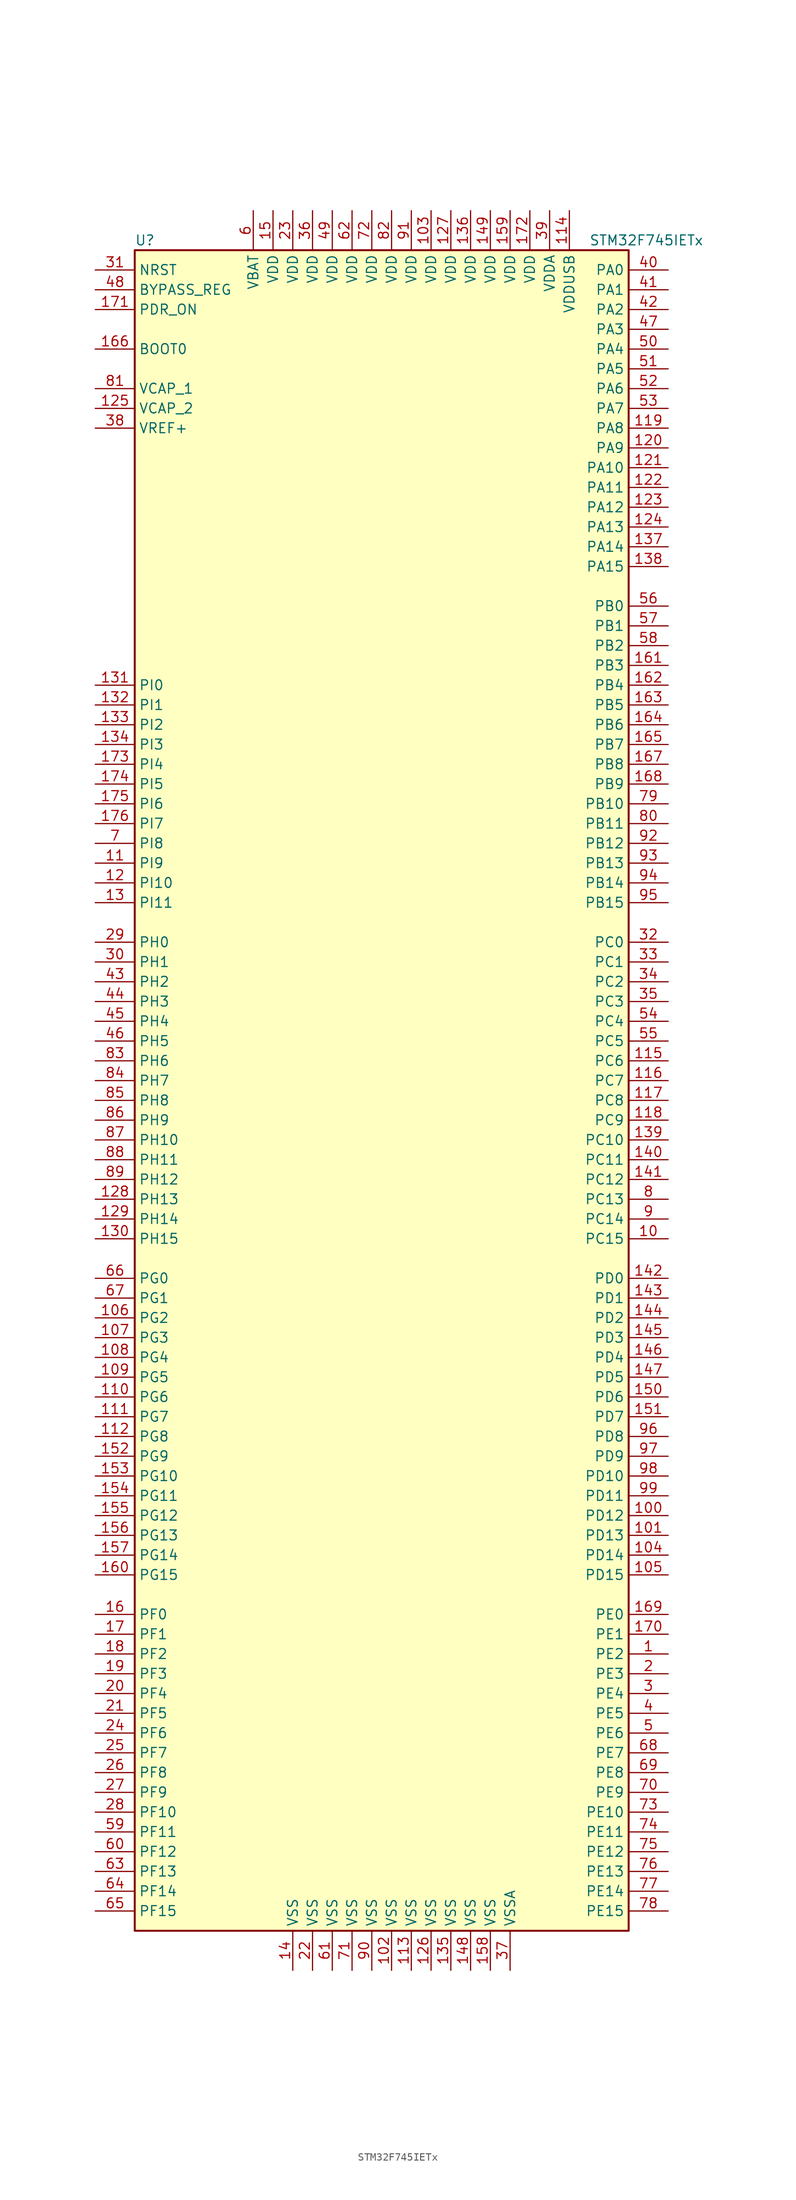
<source format=kicad_sym>
(kicad_symbol_lib
  (version 20201005)
  (generator kicad_symbol_editor)
  (symbol "STM32F745IETx"
    (property "Reference" "U"
      (at -33.02 107.95 0)
      (effects (font (size 1.27 1.27)) (justify left)))
    (property "Value" "STM32F745IETx"
      (at 25.4 107.95 0)
      (effects (font (size 1.27 1.27)) (justify left)))
    (symbol "STM32F745IETx_0_1"
      (rectangle (start -33.02 -109.22) (end 30.48 106.68) (stroke (width 0.254)) (fill (type background))))
    (symbol "STM32F745IETx_1_1"
      (pin input line (at -38.1 93.98 0) (length 5.08) (name "BOOT0" (effects (font (size 1.27 1.27)))) (number "166" (effects (font (size 1.27 1.27)))))
      (pin input line (at -38.1 101.6 0) (length 5.08) (name "BYPASS_REG" (effects (font (size 1.27 1.27)))) (number "48" (effects (font (size 1.27 1.27)))))
      (pin input line (at -38.1 104.14 0) (length 5.08) (name "NRST" (effects (font (size 1.27 1.27)))) (number "31" (effects (font (size 1.27 1.27)))))
      (pin bidirectional line (at 35.56 104.14 180) (length 5.08) (name "PA0" (effects (font (size 1.27 1.27)))) (number "40" (effects (font (size 1.27 1.27)))))
      (pin bidirectional line (at 35.56 101.6 180) (length 5.08) (name "PA1" (effects (font (size 1.27 1.27)))) (number "41" (effects (font (size 1.27 1.27)))))
      (pin bidirectional line (at 35.56 78.74 180) (length 5.08) (name "PA10" (effects (font (size 1.27 1.27)))) (number "121" (effects (font (size 1.27 1.27)))))
      (pin bidirectional line (at 35.56 76.2 180) (length 5.08) (name "PA11" (effects (font (size 1.27 1.27)))) (number "122" (effects (font (size 1.27 1.27)))))
      (pin bidirectional line (at 35.56 73.66 180) (length 5.08) (name "PA12" (effects (font (size 1.27 1.27)))) (number "123" (effects (font (size 1.27 1.27)))))
      (pin bidirectional line (at 35.56 71.12 180) (length 5.08) (name "PA13" (effects (font (size 1.27 1.27)))) (number "124" (effects (font (size 1.27 1.27)))))
      (pin bidirectional line (at 35.56 68.58 180) (length 5.08) (name "PA14" (effects (font (size 1.27 1.27)))) (number "137" (effects (font (size 1.27 1.27)))))
      (pin bidirectional line (at 35.56 66.04 180) (length 5.08) (name "PA15" (effects (font (size 1.27 1.27)))) (number "138" (effects (font (size 1.27 1.27)))))
      (pin bidirectional line (at 35.56 99.06 180) (length 5.08) (name "PA2" (effects (font (size 1.27 1.27)))) (number "42" (effects (font (size 1.27 1.27)))))
      (pin bidirectional line (at 35.56 96.52 180) (length 5.08) (name "PA3" (effects (font (size 1.27 1.27)))) (number "47" (effects (font (size 1.27 1.27)))))
      (pin bidirectional line (at 35.56 93.98 180) (length 5.08) (name "PA4" (effects (font (size 1.27 1.27)))) (number "50" (effects (font (size 1.27 1.27)))))
      (pin bidirectional line (at 35.56 91.44 180) (length 5.08) (name "PA5" (effects (font (size 1.27 1.27)))) (number "51" (effects (font (size 1.27 1.27)))))
      (pin bidirectional line (at 35.56 88.9 180) (length 5.08) (name "PA6" (effects (font (size 1.27 1.27)))) (number "52" (effects (font (size 1.27 1.27)))))
      (pin bidirectional line (at 35.56 86.36 180) (length 5.08) (name "PA7" (effects (font (size 1.27 1.27)))) (number "53" (effects (font (size 1.27 1.27)))))
      (pin bidirectional line (at 35.56 83.82 180) (length 5.08) (name "PA8" (effects (font (size 1.27 1.27)))) (number "119" (effects (font (size 1.27 1.27)))))
      (pin bidirectional line (at 35.56 81.28 180) (length 5.08) (name "PA9" (effects (font (size 1.27 1.27)))) (number "120" (effects (font (size 1.27 1.27)))))
      (pin bidirectional line (at 35.56 60.96 180) (length 5.08) (name "PB0" (effects (font (size 1.27 1.27)))) (number "56" (effects (font (size 1.27 1.27)))))
      (pin bidirectional line (at 35.56 58.42 180) (length 5.08) (name "PB1" (effects (font (size 1.27 1.27)))) (number "57" (effects (font (size 1.27 1.27)))))
      (pin bidirectional line (at 35.56 35.56 180) (length 5.08) (name "PB10" (effects (font (size 1.27 1.27)))) (number "79" (effects (font (size 1.27 1.27)))))
      (pin bidirectional line (at 35.56 33.02 180) (length 5.08) (name "PB11" (effects (font (size 1.27 1.27)))) (number "80" (effects (font (size 1.27 1.27)))))
      (pin bidirectional line (at 35.56 30.48 180) (length 5.08) (name "PB12" (effects (font (size 1.27 1.27)))) (number "92" (effects (font (size 1.27 1.27)))))
      (pin bidirectional line (at 35.56 27.94 180) (length 5.08) (name "PB13" (effects (font (size 1.27 1.27)))) (number "93" (effects (font (size 1.27 1.27)))))
      (pin bidirectional line (at 35.56 25.4 180) (length 5.08) (name "PB14" (effects (font (size 1.27 1.27)))) (number "94" (effects (font (size 1.27 1.27)))))
      (pin bidirectional line (at 35.56 22.86 180) (length 5.08) (name "PB15" (effects (font (size 1.27 1.27)))) (number "95" (effects (font (size 1.27 1.27)))))
      (pin bidirectional line (at 35.56 55.88 180) (length 5.08) (name "PB2" (effects (font (size 1.27 1.27)))) (number "58" (effects (font (size 1.27 1.27)))))
      (pin bidirectional line (at 35.56 53.34 180) (length 5.08) (name "PB3" (effects (font (size 1.27 1.27)))) (number "161" (effects (font (size 1.27 1.27)))))
      (pin bidirectional line (at 35.56 50.8 180) (length 5.08) (name "PB4" (effects (font (size 1.27 1.27)))) (number "162" (effects (font (size 1.27 1.27)))))
      (pin bidirectional line (at 35.56 48.26 180) (length 5.08) (name "PB5" (effects (font (size 1.27 1.27)))) (number "163" (effects (font (size 1.27 1.27)))))
      (pin bidirectional line (at 35.56 45.72 180) (length 5.08) (name "PB6" (effects (font (size 1.27 1.27)))) (number "164" (effects (font (size 1.27 1.27)))))
      (pin bidirectional line (at 35.56 43.18 180) (length 5.08) (name "PB7" (effects (font (size 1.27 1.27)))) (number "165" (effects (font (size 1.27 1.27)))))
      (pin bidirectional line (at 35.56 40.64 180) (length 5.08) (name "PB8" (effects (font (size 1.27 1.27)))) (number "167" (effects (font (size 1.27 1.27)))))
      (pin bidirectional line (at 35.56 38.1 180) (length 5.08) (name "PB9" (effects (font (size 1.27 1.27)))) (number "168" (effects (font (size 1.27 1.27)))))
      (pin bidirectional line (at 35.56 17.78 180) (length 5.08) (name "PC0" (effects (font (size 1.27 1.27)))) (number "32" (effects (font (size 1.27 1.27)))))
      (pin bidirectional line (at 35.56 15.24 180) (length 5.08) (name "PC1" (effects (font (size 1.27 1.27)))) (number "33" (effects (font (size 1.27 1.27)))))
      (pin bidirectional line (at 35.56 -7.62 180) (length 5.08) (name "PC10" (effects (font (size 1.27 1.27)))) (number "139" (effects (font (size 1.27 1.27)))))
      (pin bidirectional line (at 35.56 -10.16 180) (length 5.08) (name "PC11" (effects (font (size 1.27 1.27)))) (number "140" (effects (font (size 1.27 1.27)))))
      (pin bidirectional line (at 35.56 -12.7 180) (length 5.08) (name "PC12" (effects (font (size 1.27 1.27)))) (number "141" (effects (font (size 1.27 1.27)))))
      (pin bidirectional line (at 35.56 -15.24 180) (length 5.08) (name "PC13" (effects (font (size 1.27 1.27)))) (number "8" (effects (font (size 1.27 1.27)))))
      (pin bidirectional line (at 35.56 -17.78 180) (length 5.08) (name "PC14" (effects (font (size 1.27 1.27)))) (number "9" (effects (font (size 1.27 1.27)))))
      (pin bidirectional line (at 35.56 -20.32 180) (length 5.08) (name "PC15" (effects (font (size 1.27 1.27)))) (number "10" (effects (font (size 1.27 1.27)))))
      (pin bidirectional line (at 35.56 12.7 180) (length 5.08) (name "PC2" (effects (font (size 1.27 1.27)))) (number "34" (effects (font (size 1.27 1.27)))))
      (pin bidirectional line (at 35.56 10.16 180) (length 5.08) (name "PC3" (effects (font (size 1.27 1.27)))) (number "35" (effects (font (size 1.27 1.27)))))
      (pin bidirectional line (at 35.56 7.62 180) (length 5.08) (name "PC4" (effects (font (size 1.27 1.27)))) (number "54" (effects (font (size 1.27 1.27)))))
      (pin bidirectional line (at 35.56 5.08 180) (length 5.08) (name "PC5" (effects (font (size 1.27 1.27)))) (number "55" (effects (font (size 1.27 1.27)))))
      (pin bidirectional line (at 35.56 2.54 180) (length 5.08) (name "PC6" (effects (font (size 1.27 1.27)))) (number "115" (effects (font (size 1.27 1.27)))))
      (pin bidirectional line (at 35.56 0 180) (length 5.08) (name "PC7" (effects (font (size 1.27 1.27)))) (number "116" (effects (font (size 1.27 1.27)))))
      (pin bidirectional line (at 35.56 -2.54 180) (length 5.08) (name "PC8" (effects (font (size 1.27 1.27)))) (number "117" (effects (font (size 1.27 1.27)))))
      (pin bidirectional line (at 35.56 -5.08 180) (length 5.08) (name "PC9" (effects (font (size 1.27 1.27)))) (number "118" (effects (font (size 1.27 1.27)))))
      (pin bidirectional line (at 35.56 -25.4 180) (length 5.08) (name "PD0" (effects (font (size 1.27 1.27)))) (number "142" (effects (font (size 1.27 1.27)))))
      (pin bidirectional line (at 35.56 -27.94 180) (length 5.08) (name "PD1" (effects (font (size 1.27 1.27)))) (number "143" (effects (font (size 1.27 1.27)))))
      (pin bidirectional line (at 35.56 -50.8 180) (length 5.08) (name "PD10" (effects (font (size 1.27 1.27)))) (number "98" (effects (font (size 1.27 1.27)))))
      (pin bidirectional line (at 35.56 -53.34 180) (length 5.08) (name "PD11" (effects (font (size 1.27 1.27)))) (number "99" (effects (font (size 1.27 1.27)))))
      (pin bidirectional line (at 35.56 -55.88 180) (length 5.08) (name "PD12" (effects (font (size 1.27 1.27)))) (number "100" (effects (font (size 1.27 1.27)))))
      (pin bidirectional line (at 35.56 -58.42 180) (length 5.08) (name "PD13" (effects (font (size 1.27 1.27)))) (number "101" (effects (font (size 1.27 1.27)))))
      (pin bidirectional line (at 35.56 -60.96 180) (length 5.08) (name "PD14" (effects (font (size 1.27 1.27)))) (number "104" (effects (font (size 1.27 1.27)))))
      (pin bidirectional line (at 35.56 -63.5 180) (length 5.08) (name "PD15" (effects (font (size 1.27 1.27)))) (number "105" (effects (font (size 1.27 1.27)))))
      (pin bidirectional line (at 35.56 -30.48 180) (length 5.08) (name "PD2" (effects (font (size 1.27 1.27)))) (number "144" (effects (font (size 1.27 1.27)))))
      (pin bidirectional line (at 35.56 -33.02 180) (length 5.08) (name "PD3" (effects (font (size 1.27 1.27)))) (number "145" (effects (font (size 1.27 1.27)))))
      (pin bidirectional line (at 35.56 -35.56 180) (length 5.08) (name "PD4" (effects (font (size 1.27 1.27)))) (number "146" (effects (font (size 1.27 1.27)))))
      (pin bidirectional line (at 35.56 -38.1 180) (length 5.08) (name "PD5" (effects (font (size 1.27 1.27)))) (number "147" (effects (font (size 1.27 1.27)))))
      (pin bidirectional line (at 35.56 -40.64 180) (length 5.08) (name "PD6" (effects (font (size 1.27 1.27)))) (number "150" (effects (font (size 1.27 1.27)))))
      (pin bidirectional line (at 35.56 -43.18 180) (length 5.08) (name "PD7" (effects (font (size 1.27 1.27)))) (number "151" (effects (font (size 1.27 1.27)))))
      (pin bidirectional line (at 35.56 -45.72 180) (length 5.08) (name "PD8" (effects (font (size 1.27 1.27)))) (number "96" (effects (font (size 1.27 1.27)))))
      (pin bidirectional line (at 35.56 -48.26 180) (length 5.08) (name "PD9" (effects (font (size 1.27 1.27)))) (number "97" (effects (font (size 1.27 1.27)))))
      (pin input line (at -38.1 99.06 0) (length 5.08) (name "PDR_ON" (effects (font (size 1.27 1.27)))) (number "171" (effects (font (size 1.27 1.27)))))
      (pin bidirectional line (at 35.56 -68.58 180) (length 5.08) (name "PE0" (effects (font (size 1.27 1.27)))) (number "169" (effects (font (size 1.27 1.27)))))
      (pin bidirectional line (at 35.56 -71.12 180) (length 5.08) (name "PE1" (effects (font (size 1.27 1.27)))) (number "170" (effects (font (size 1.27 1.27)))))
      (pin bidirectional line (at 35.56 -93.98 180) (length 5.08) (name "PE10" (effects (font (size 1.27 1.27)))) (number "73" (effects (font (size 1.27 1.27)))))
      (pin bidirectional line (at 35.56 -96.52 180) (length 5.08) (name "PE11" (effects (font (size 1.27 1.27)))) (number "74" (effects (font (size 1.27 1.27)))))
      (pin bidirectional line (at 35.56 -99.06 180) (length 5.08) (name "PE12" (effects (font (size 1.27 1.27)))) (number "75" (effects (font (size 1.27 1.27)))))
      (pin bidirectional line (at 35.56 -101.6 180) (length 5.08) (name "PE13" (effects (font (size 1.27 1.27)))) (number "76" (effects (font (size 1.27 1.27)))))
      (pin bidirectional line (at 35.56 -104.14 180) (length 5.08) (name "PE14" (effects (font (size 1.27 1.27)))) (number "77" (effects (font (size 1.27 1.27)))))
      (pin bidirectional line (at 35.56 -106.68 180) (length 5.08) (name "PE15" (effects (font (size 1.27 1.27)))) (number "78" (effects (font (size 1.27 1.27)))))
      (pin bidirectional line (at 35.56 -73.66 180) (length 5.08) (name "PE2" (effects (font (size 1.27 1.27)))) (number "1" (effects (font (size 1.27 1.27)))))
      (pin bidirectional line (at 35.56 -76.2 180) (length 5.08) (name "PE3" (effects (font (size 1.27 1.27)))) (number "2" (effects (font (size 1.27 1.27)))))
      (pin bidirectional line (at 35.56 -78.74 180) (length 5.08) (name "PE4" (effects (font (size 1.27 1.27)))) (number "3" (effects (font (size 1.27 1.27)))))
      (pin bidirectional line (at 35.56 -81.28 180) (length 5.08) (name "PE5" (effects (font (size 1.27 1.27)))) (number "4" (effects (font (size 1.27 1.27)))))
      (pin bidirectional line (at 35.56 -83.82 180) (length 5.08) (name "PE6" (effects (font (size 1.27 1.27)))) (number "5" (effects (font (size 1.27 1.27)))))
      (pin bidirectional line (at 35.56 -86.36 180) (length 5.08) (name "PE7" (effects (font (size 1.27 1.27)))) (number "68" (effects (font (size 1.27 1.27)))))
      (pin bidirectional line (at 35.56 -88.9 180) (length 5.08) (name "PE8" (effects (font (size 1.27 1.27)))) (number "69" (effects (font (size 1.27 1.27)))))
      (pin bidirectional line (at 35.56 -91.44 180) (length 5.08) (name "PE9" (effects (font (size 1.27 1.27)))) (number "70" (effects (font (size 1.27 1.27)))))
      (pin bidirectional line (at -38.1 -68.58 0) (length 5.08) (name "PF0" (effects (font (size 1.27 1.27)))) (number "16" (effects (font (size 1.27 1.27)))))
      (pin bidirectional line (at -38.1 -71.12 0) (length 5.08) (name "PF1" (effects (font (size 1.27 1.27)))) (number "17" (effects (font (size 1.27 1.27)))))
      (pin bidirectional line (at -38.1 -93.98 0) (length 5.08) (name "PF10" (effects (font (size 1.27 1.27)))) (number "28" (effects (font (size 1.27 1.27)))))
      (pin bidirectional line (at -38.1 -96.52 0) (length 5.08) (name "PF11" (effects (font (size 1.27 1.27)))) (number "59" (effects (font (size 1.27 1.27)))))
      (pin bidirectional line (at -38.1 -99.06 0) (length 5.08) (name "PF12" (effects (font (size 1.27 1.27)))) (number "60" (effects (font (size 1.27 1.27)))))
      (pin bidirectional line (at -38.1 -101.6 0) (length 5.08) (name "PF13" (effects (font (size 1.27 1.27)))) (number "63" (effects (font (size 1.27 1.27)))))
      (pin bidirectional line (at -38.1 -104.14 0) (length 5.08) (name "PF14" (effects (font (size 1.27 1.27)))) (number "64" (effects (font (size 1.27 1.27)))))
      (pin bidirectional line (at -38.1 -106.68 0) (length 5.08) (name "PF15" (effects (font (size 1.27 1.27)))) (number "65" (effects (font (size 1.27 1.27)))))
      (pin bidirectional line (at -38.1 -73.66 0) (length 5.08) (name "PF2" (effects (font (size 1.27 1.27)))) (number "18" (effects (font (size 1.27 1.27)))))
      (pin bidirectional line (at -38.1 -76.2 0) (length 5.08) (name "PF3" (effects (font (size 1.27 1.27)))) (number "19" (effects (font (size 1.27 1.27)))))
      (pin bidirectional line (at -38.1 -78.74 0) (length 5.08) (name "PF4" (effects (font (size 1.27 1.27)))) (number "20" (effects (font (size 1.27 1.27)))))
      (pin bidirectional line (at -38.1 -81.28 0) (length 5.08) (name "PF5" (effects (font (size 1.27 1.27)))) (number "21" (effects (font (size 1.27 1.27)))))
      (pin bidirectional line (at -38.1 -83.82 0) (length 5.08) (name "PF6" (effects (font (size 1.27 1.27)))) (number "24" (effects (font (size 1.27 1.27)))))
      (pin bidirectional line (at -38.1 -86.36 0) (length 5.08) (name "PF7" (effects (font (size 1.27 1.27)))) (number "25" (effects (font (size 1.27 1.27)))))
      (pin bidirectional line (at -38.1 -88.9 0) (length 5.08) (name "PF8" (effects (font (size 1.27 1.27)))) (number "26" (effects (font (size 1.27 1.27)))))
      (pin bidirectional line (at -38.1 -91.44 0) (length 5.08) (name "PF9" (effects (font (size 1.27 1.27)))) (number "27" (effects (font (size 1.27 1.27)))))
      (pin bidirectional line (at -38.1 -25.4 0) (length 5.08) (name "PG0" (effects (font (size 1.27 1.27)))) (number "66" (effects (font (size 1.27 1.27)))))
      (pin bidirectional line (at -38.1 -27.94 0) (length 5.08) (name "PG1" (effects (font (size 1.27 1.27)))) (number "67" (effects (font (size 1.27 1.27)))))
      (pin bidirectional line (at -38.1 -50.8 0) (length 5.08) (name "PG10" (effects (font (size 1.27 1.27)))) (number "153" (effects (font (size 1.27 1.27)))))
      (pin bidirectional line (at -38.1 -53.34 0) (length 5.08) (name "PG11" (effects (font (size 1.27 1.27)))) (number "154" (effects (font (size 1.27 1.27)))))
      (pin bidirectional line (at -38.1 -55.88 0) (length 5.08) (name "PG12" (effects (font (size 1.27 1.27)))) (number "155" (effects (font (size 1.27 1.27)))))
      (pin bidirectional line (at -38.1 -58.42 0) (length 5.08) (name "PG13" (effects (font (size 1.27 1.27)))) (number "156" (effects (font (size 1.27 1.27)))))
      (pin bidirectional line (at -38.1 -60.96 0) (length 5.08) (name "PG14" (effects (font (size 1.27 1.27)))) (number "157" (effects (font (size 1.27 1.27)))))
      (pin bidirectional line (at -38.1 -63.5 0) (length 5.08) (name "PG15" (effects (font (size 1.27 1.27)))) (number "160" (effects (font (size 1.27 1.27)))))
      (pin bidirectional line (at -38.1 -30.48 0) (length 5.08) (name "PG2" (effects (font (size 1.27 1.27)))) (number "106" (effects (font (size 1.27 1.27)))))
      (pin bidirectional line (at -38.1 -33.02 0) (length 5.08) (name "PG3" (effects (font (size 1.27 1.27)))) (number "107" (effects (font (size 1.27 1.27)))))
      (pin bidirectional line (at -38.1 -35.56 0) (length 5.08) (name "PG4" (effects (font (size 1.27 1.27)))) (number "108" (effects (font (size 1.27 1.27)))))
      (pin bidirectional line (at -38.1 -38.1 0) (length 5.08) (name "PG5" (effects (font (size 1.27 1.27)))) (number "109" (effects (font (size 1.27 1.27)))))
      (pin bidirectional line (at -38.1 -40.64 0) (length 5.08) (name "PG6" (effects (font (size 1.27 1.27)))) (number "110" (effects (font (size 1.27 1.27)))))
      (pin bidirectional line (at -38.1 -43.18 0) (length 5.08) (name "PG7" (effects (font (size 1.27 1.27)))) (number "111" (effects (font (size 1.27 1.27)))))
      (pin bidirectional line (at -38.1 -45.72 0) (length 5.08) (name "PG8" (effects (font (size 1.27 1.27)))) (number "112" (effects (font (size 1.27 1.27)))))
      (pin bidirectional line (at -38.1 -48.26 0) (length 5.08) (name "PG9" (effects (font (size 1.27 1.27)))) (number "152" (effects (font (size 1.27 1.27)))))
      (pin input line (at -38.1 17.78 0) (length 5.08) (name "PH0" (effects (font (size 1.27 1.27)))) (number "29" (effects (font (size 1.27 1.27)))))
      (pin input line (at -38.1 15.24 0) (length 5.08) (name "PH1" (effects (font (size 1.27 1.27)))) (number "30" (effects (font (size 1.27 1.27)))))
      (pin bidirectional line (at -38.1 -7.62 0) (length 5.08) (name "PH10" (effects (font (size 1.27 1.27)))) (number "87" (effects (font (size 1.27 1.27)))))
      (pin bidirectional line (at -38.1 -10.16 0) (length 5.08) (name "PH11" (effects (font (size 1.27 1.27)))) (number "88" (effects (font (size 1.27 1.27)))))
      (pin bidirectional line (at -38.1 -12.7 0) (length 5.08) (name "PH12" (effects (font (size 1.27 1.27)))) (number "89" (effects (font (size 1.27 1.27)))))
      (pin bidirectional line (at -38.1 -15.24 0) (length 5.08) (name "PH13" (effects (font (size 1.27 1.27)))) (number "128" (effects (font (size 1.27 1.27)))))
      (pin bidirectional line (at -38.1 -17.78 0) (length 5.08) (name "PH14" (effects (font (size 1.27 1.27)))) (number "129" (effects (font (size 1.27 1.27)))))
      (pin bidirectional line (at -38.1 -20.32 0) (length 5.08) (name "PH15" (effects (font (size 1.27 1.27)))) (number "130" (effects (font (size 1.27 1.27)))))
      (pin bidirectional line (at -38.1 12.7 0) (length 5.08) (name "PH2" (effects (font (size 1.27 1.27)))) (number "43" (effects (font (size 1.27 1.27)))))
      (pin bidirectional line (at -38.1 10.16 0) (length 5.08) (name "PH3" (effects (font (size 1.27 1.27)))) (number "44" (effects (font (size 1.27 1.27)))))
      (pin bidirectional line (at -38.1 7.62 0) (length 5.08) (name "PH4" (effects (font (size 1.27 1.27)))) (number "45" (effects (font (size 1.27 1.27)))))
      (pin bidirectional line (at -38.1 5.08 0) (length 5.08) (name "PH5" (effects (font (size 1.27 1.27)))) (number "46" (effects (font (size 1.27 1.27)))))
      (pin bidirectional line (at -38.1 2.54 0) (length 5.08) (name "PH6" (effects (font (size 1.27 1.27)))) (number "83" (effects (font (size 1.27 1.27)))))
      (pin bidirectional line (at -38.1 0 0) (length 5.08) (name "PH7" (effects (font (size 1.27 1.27)))) (number "84" (effects (font (size 1.27 1.27)))))
      (pin bidirectional line (at -38.1 -2.54 0) (length 5.08) (name "PH8" (effects (font (size 1.27 1.27)))) (number "85" (effects (font (size 1.27 1.27)))))
      (pin bidirectional line (at -38.1 -5.08 0) (length 5.08) (name "PH9" (effects (font (size 1.27 1.27)))) (number "86" (effects (font (size 1.27 1.27)))))
      (pin bidirectional line (at -38.1 50.8 0) (length 5.08) (name "PI0" (effects (font (size 1.27 1.27)))) (number "131" (effects (font (size 1.27 1.27)))))
      (pin bidirectional line (at -38.1 48.26 0) (length 5.08) (name "PI1" (effects (font (size 1.27 1.27)))) (number "132" (effects (font (size 1.27 1.27)))))
      (pin bidirectional line (at -38.1 25.4 0) (length 5.08) (name "PI10" (effects (font (size 1.27 1.27)))) (number "12" (effects (font (size 1.27 1.27)))))
      (pin bidirectional line (at -38.1 22.86 0) (length 5.08) (name "PI11" (effects (font (size 1.27 1.27)))) (number "13" (effects (font (size 1.27 1.27)))))
      (pin bidirectional line (at -38.1 45.72 0) (length 5.08) (name "PI2" (effects (font (size 1.27 1.27)))) (number "133" (effects (font (size 1.27 1.27)))))
      (pin bidirectional line (at -38.1 43.18 0) (length 5.08) (name "PI3" (effects (font (size 1.27 1.27)))) (number "134" (effects (font (size 1.27 1.27)))))
      (pin bidirectional line (at -38.1 40.64 0) (length 5.08) (name "PI4" (effects (font (size 1.27 1.27)))) (number "173" (effects (font (size 1.27 1.27)))))
      (pin bidirectional line (at -38.1 38.1 0) (length 5.08) (name "PI5" (effects (font (size 1.27 1.27)))) (number "174" (effects (font (size 1.27 1.27)))))
      (pin bidirectional line (at -38.1 35.56 0) (length 5.08) (name "PI6" (effects (font (size 1.27 1.27)))) (number "175" (effects (font (size 1.27 1.27)))))
      (pin bidirectional line (at -38.1 33.02 0) (length 5.08) (name "PI7" (effects (font (size 1.27 1.27)))) (number "176" (effects (font (size 1.27 1.27)))))
      (pin bidirectional line (at -38.1 30.48 0) (length 5.08) (name "PI8" (effects (font (size 1.27 1.27)))) (number "7" (effects (font (size 1.27 1.27)))))
      (pin bidirectional line (at -38.1 27.94 0) (length 5.08) (name "PI9" (effects (font (size 1.27 1.27)))) (number "11" (effects (font (size 1.27 1.27)))))
      (pin power_in line (at -17.78 111.76 270) (length 5.08) (name "VBAT" (effects (font (size 1.27 1.27)))) (number "6" (effects (font (size 1.27 1.27)))))
      (pin power_in line (at -38.1 88.9 0) (length 5.08) (name "VCAP_1" (effects (font (size 1.27 1.27)))) (number "81" (effects (font (size 1.27 1.27)))))
      (pin power_in line (at -38.1 86.36 0) (length 5.08) (name "VCAP_2" (effects (font (size 1.27 1.27)))) (number "125" (effects (font (size 1.27 1.27)))))
      (pin power_in line (at 5.08 111.76 270) (length 5.08) (name "VDD" (effects (font (size 1.27 1.27)))) (number "103" (effects (font (size 1.27 1.27)))))
      (pin power_in line (at 7.62 111.76 270) (length 5.08) (name "VDD" (effects (font (size 1.27 1.27)))) (number "127" (effects (font (size 1.27 1.27)))))
      (pin power_in line (at 10.16 111.76 270) (length 5.08) (name "VDD" (effects (font (size 1.27 1.27)))) (number "136" (effects (font (size 1.27 1.27)))))
      (pin power_in line (at 12.7 111.76 270) (length 5.08) (name "VDD" (effects (font (size 1.27 1.27)))) (number "149" (effects (font (size 1.27 1.27)))))
      (pin power_in line (at -15.24 111.76 270) (length 5.08) (name "VDD" (effects (font (size 1.27 1.27)))) (number "15" (effects (font (size 1.27 1.27)))))
      (pin power_in line (at 15.24 111.76 270) (length 5.08) (name "VDD" (effects (font (size 1.27 1.27)))) (number "159" (effects (font (size 1.27 1.27)))))
      (pin power_in line (at 17.78 111.76 270) (length 5.08) (name "VDD" (effects (font (size 1.27 1.27)))) (number "172" (effects (font (size 1.27 1.27)))))
      (pin power_in line (at -12.7 111.76 270) (length 5.08) (name "VDD" (effects (font (size 1.27 1.27)))) (number "23" (effects (font (size 1.27 1.27)))))
      (pin power_in line (at -10.16 111.76 270) (length 5.08) (name "VDD" (effects (font (size 1.27 1.27)))) (number "36" (effects (font (size 1.27 1.27)))))
      (pin power_in line (at -7.62 111.76 270) (length 5.08) (name "VDD" (effects (font (size 1.27 1.27)))) (number "49" (effects (font (size 1.27 1.27)))))
      (pin power_in line (at -5.08 111.76 270) (length 5.08) (name "VDD" (effects (font (size 1.27 1.27)))) (number "62" (effects (font (size 1.27 1.27)))))
      (pin power_in line (at -2.54 111.76 270) (length 5.08) (name "VDD" (effects (font (size 1.27 1.27)))) (number "72" (effects (font (size 1.27 1.27)))))
      (pin power_in line (at 0 111.76 270) (length 5.08) (name "VDD" (effects (font (size 1.27 1.27)))) (number "82" (effects (font (size 1.27 1.27)))))
      (pin power_in line (at 2.54 111.76 270) (length 5.08) (name "VDD" (effects (font (size 1.27 1.27)))) (number "91" (effects (font (size 1.27 1.27)))))
      (pin power_in line (at 20.32 111.76 270) (length 5.08) (name "VDDA" (effects (font (size 1.27 1.27)))) (number "39" (effects (font (size 1.27 1.27)))))
      (pin power_in line (at 22.86 111.76 270) (length 5.08) (name "VDDUSB" (effects (font (size 1.27 1.27)))) (number "114" (effects (font (size 1.27 1.27)))))
      (pin power_in line (at -38.1 83.82 0) (length 5.08) (name "VREF+" (effects (font (size 1.27 1.27)))) (number "38" (effects (font (size 1.27 1.27)))))
      (pin power_in line (at 0 -114.3 90) (length 5.08) (name "VSS" (effects (font (size 1.27 1.27)))) (number "102" (effects (font (size 1.27 1.27)))))
      (pin power_in line (at 2.54 -114.3 90) (length 5.08) (name "VSS" (effects (font (size 1.27 1.27)))) (number "113" (effects (font (size 1.27 1.27)))))
      (pin power_in line (at 5.08 -114.3 90) (length 5.08) (name "VSS" (effects (font (size 1.27 1.27)))) (number "126" (effects (font (size 1.27 1.27)))))
      (pin power_in line (at 7.62 -114.3 90) (length 5.08) (name "VSS" (effects (font (size 1.27 1.27)))) (number "135" (effects (font (size 1.27 1.27)))))
      (pin power_in line (at -12.7 -114.3 90) (length 5.08) (name "VSS" (effects (font (size 1.27 1.27)))) (number "14" (effects (font (size 1.27 1.27)))))
      (pin power_in line (at 10.16 -114.3 90) (length 5.08) (name "VSS" (effects (font (size 1.27 1.27)))) (number "148" (effects (font (size 1.27 1.27)))))
      (pin power_in line (at 12.7 -114.3 90) (length 5.08) (name "VSS" (effects (font (size 1.27 1.27)))) (number "158" (effects (font (size 1.27 1.27)))))
      (pin power_in line (at -10.16 -114.3 90) (length 5.08) (name "VSS" (effects (font (size 1.27 1.27)))) (number "22" (effects (font (size 1.27 1.27)))))
      (pin power_in line (at -7.62 -114.3 90) (length 5.08) (name "VSS" (effects (font (size 1.27 1.27)))) (number "61" (effects (font (size 1.27 1.27)))))
      (pin power_in line (at -5.08 -114.3 90) (length 5.08) (name "VSS" (effects (font (size 1.27 1.27)))) (number "71" (effects (font (size 1.27 1.27)))))
      (pin power_in line (at -2.54 -114.3 90) (length 5.08) (name "VSS" (effects (font (size 1.27 1.27)))) (number "90" (effects (font (size 1.27 1.27)))))
      (pin power_in line (at 15.24 -114.3 90) (length 5.08) (name "VSSA" (effects (font (size 1.27 1.27)))) (number "37" (effects (font (size 1.27 1.27))))))))
</source>
